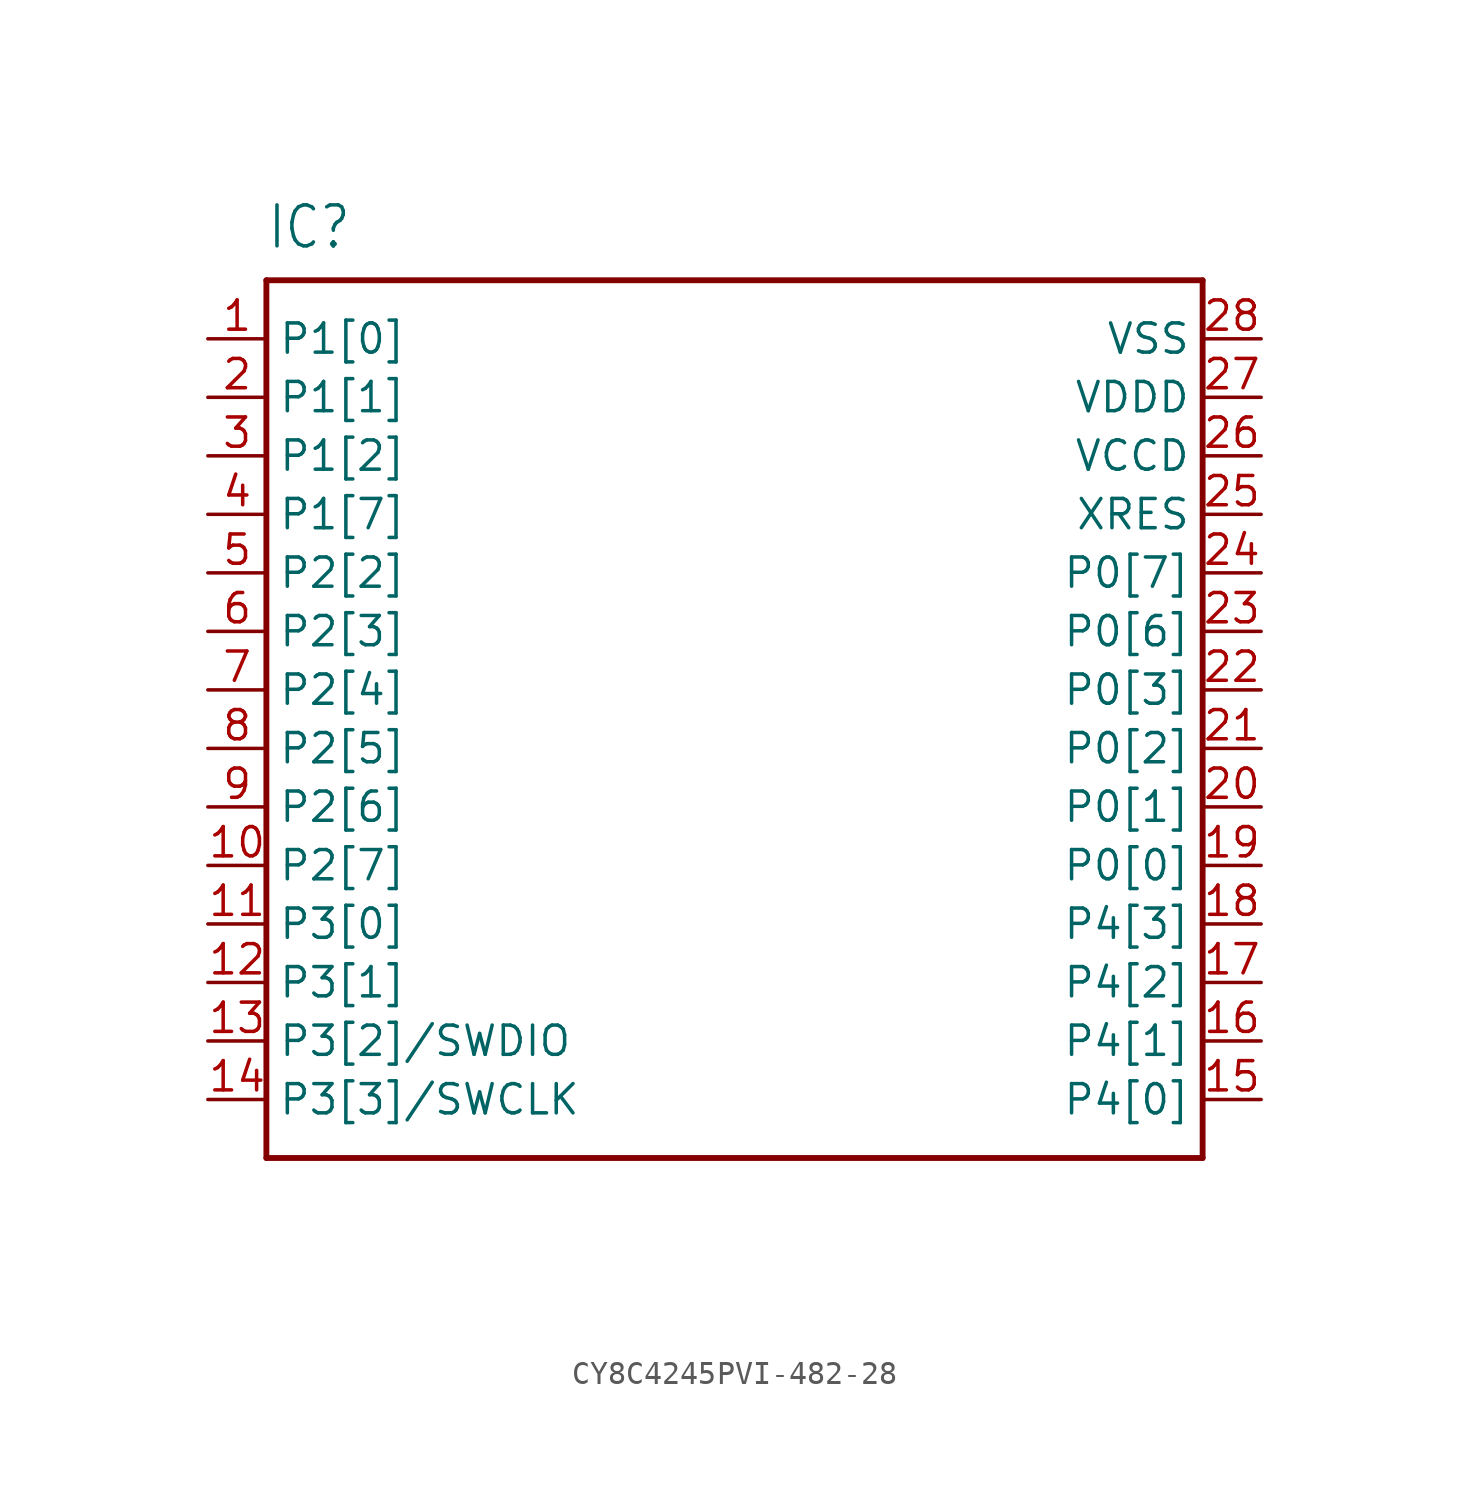
<source format=kicad_sym>
(kicad_symbol_lib
  (version 20220914)
  (generator kicad_symbol_editor)
  (symbol "CY8C4245PVI-482-28"
    (property "Reference" "IC"
      (at -20.32 19.05 0)
      (effects (font (size 1.778 1.511)) (justify left bottom)))
    (property "Value" ""
      (at -20.32 -24.13 0)
      (effects (font (size 1.778 1.511)) (justify left bottom)))
    (property "ki_locked" ""
      (at 0 0 0)
      (effects (font (size 1.27 1.27))))
    (symbol "CY8C4245PVI-482-28_1_0"
      (polyline (pts (xy -20.32 -20.32) (xy -20.32 17.78)) (stroke (width 0.254) (type solid)) (fill (type none)))
      (polyline (pts (xy -20.32 17.78) (xy 20.32 17.78)) (stroke (width 0.254) (type solid)) (fill (type none)))
      (polyline (pts (xy 20.32 -20.32) (xy -20.32 -20.32)) (stroke (width 0.254) (type solid)) (fill (type none)))
      (polyline (pts (xy 20.32 17.78) (xy 20.32 -20.32)) (stroke (width 0.254) (type solid)) (fill (type none)))
      (pin bidirectional line (at -22.86 15.24 0) (length 2.54) (name "P1[0]" (effects (font (size 1.27 1.27)))) (number "1" (effects (font (size 1.27 1.27)))))
      (pin bidirectional line (at -22.86 -7.62 0) (length 2.54) (name "P2[7]" (effects (font (size 1.27 1.27)))) (number "10" (effects (font (size 1.27 1.27)))))
      (pin bidirectional line (at -22.86 -10.16 0) (length 2.54) (name "P3[0]" (effects (font (size 1.27 1.27)))) (number "11" (effects (font (size 1.27 1.27)))))
      (pin bidirectional line (at -22.86 -12.7 0) (length 2.54) (name "P3[1]" (effects (font (size 1.27 1.27)))) (number "12" (effects (font (size 1.27 1.27)))))
      (pin bidirectional line (at -22.86 -15.24 0) (length 2.54) (name "P3[2]/SWDIO" (effects (font (size 1.27 1.27)))) (number "13" (effects (font (size 1.27 1.27)))))
      (pin power_in line (at -22.86 -17.78 0) (length 2.54) (name "P3[3]/SWCLK" (effects (font (size 1.27 1.27)))) (number "14" (effects (font (size 1.27 1.27)))))
      (pin bidirectional line (at 22.86 -17.78 180) (length 2.54) (name "P4[0]" (effects (font (size 1.27 1.27)))) (number "15" (effects (font (size 1.27 1.27)))))
      (pin bidirectional line (at 22.86 -15.24 180) (length 2.54) (name "P4[1]" (effects (font (size 1.27 1.27)))) (number "16" (effects (font (size 1.27 1.27)))))
      (pin bidirectional line (at 22.86 -12.7 180) (length 2.54) (name "P4[2]" (effects (font (size 1.27 1.27)))) (number "17" (effects (font (size 1.27 1.27)))))
      (pin bidirectional line (at 22.86 -10.16 180) (length 2.54) (name "P4[3]" (effects (font (size 1.27 1.27)))) (number "18" (effects (font (size 1.27 1.27)))))
      (pin input line (at 22.86 -7.62 180) (length 2.54) (name "P0[0]" (effects (font (size 1.27 1.27)))) (number "19" (effects (font (size 1.27 1.27)))))
      (pin bidirectional line (at -22.86 12.7 0) (length 2.54) (name "P1[1]" (effects (font (size 1.27 1.27)))) (number "2" (effects (font (size 1.27 1.27)))))
      (pin bidirectional line (at 22.86 -5.08 180) (length 2.54) (name "P0[1]" (effects (font (size 1.27 1.27)))) (number "20" (effects (font (size 1.27 1.27)))))
      (pin bidirectional line (at 22.86 -2.54 180) (length 2.54) (name "P0[2]" (effects (font (size 1.27 1.27)))) (number "21" (effects (font (size 1.27 1.27)))))
      (pin bidirectional line (at 22.86 0 180) (length 2.54) (name "P0[3]" (effects (font (size 1.27 1.27)))) (number "22" (effects (font (size 1.27 1.27)))))
      (pin bidirectional line (at 22.86 2.54 180) (length 2.54) (name "P0[6]" (effects (font (size 1.27 1.27)))) (number "23" (effects (font (size 1.27 1.27)))))
      (pin bidirectional line (at 22.86 5.08 180) (length 2.54) (name "P0[7]" (effects (font (size 1.27 1.27)))) (number "24" (effects (font (size 1.27 1.27)))))
      (pin bidirectional line (at 22.86 7.62 180) (length 2.54) (name "XRES" (effects (font (size 1.27 1.27)))) (number "25" (effects (font (size 1.27 1.27)))))
      (pin bidirectional line (at 22.86 10.16 180) (length 2.54) (name "VCCD" (effects (font (size 1.27 1.27)))) (number "26" (effects (font (size 1.27 1.27)))))
      (pin bidirectional line (at 22.86 12.7 180) (length 2.54) (name "VDDD" (effects (font (size 1.27 1.27)))) (number "27" (effects (font (size 1.27 1.27)))))
      (pin power_in line (at 22.86 15.24 180) (length 2.54) (name "VSS" (effects (font (size 1.27 1.27)))) (number "28" (effects (font (size 1.27 1.27)))))
      (pin bidirectional line (at -22.86 10.16 0) (length 2.54) (name "P1[2]" (effects (font (size 1.27 1.27)))) (number "3" (effects (font (size 1.27 1.27)))))
      (pin bidirectional line (at -22.86 7.62 0) (length 2.54) (name "P1[7]" (effects (font (size 1.27 1.27)))) (number "4" (effects (font (size 1.27 1.27)))))
      (pin bidirectional line (at -22.86 5.08 0) (length 2.54) (name "P2[2]" (effects (font (size 1.27 1.27)))) (number "5" (effects (font (size 1.27 1.27)))))
      (pin bidirectional line (at -22.86 2.54 0) (length 2.54) (name "P2[3]" (effects (font (size 1.27 1.27)))) (number "6" (effects (font (size 1.27 1.27)))))
      (pin bidirectional line (at -22.86 0 0) (length 2.54) (name "P2[4]" (effects (font (size 1.27 1.27)))) (number "7" (effects (font (size 1.27 1.27)))))
      (pin bidirectional line (at -22.86 -2.54 0) (length 2.54) (name "P2[5]" (effects (font (size 1.27 1.27)))) (number "8" (effects (font (size 1.27 1.27)))))
      (pin power_in line (at -22.86 -5.08 0) (length 2.54) (name "P2[6]" (effects (font (size 1.27 1.27)))) (number "9" (effects (font (size 1.27 1.27))))))))
</source>
